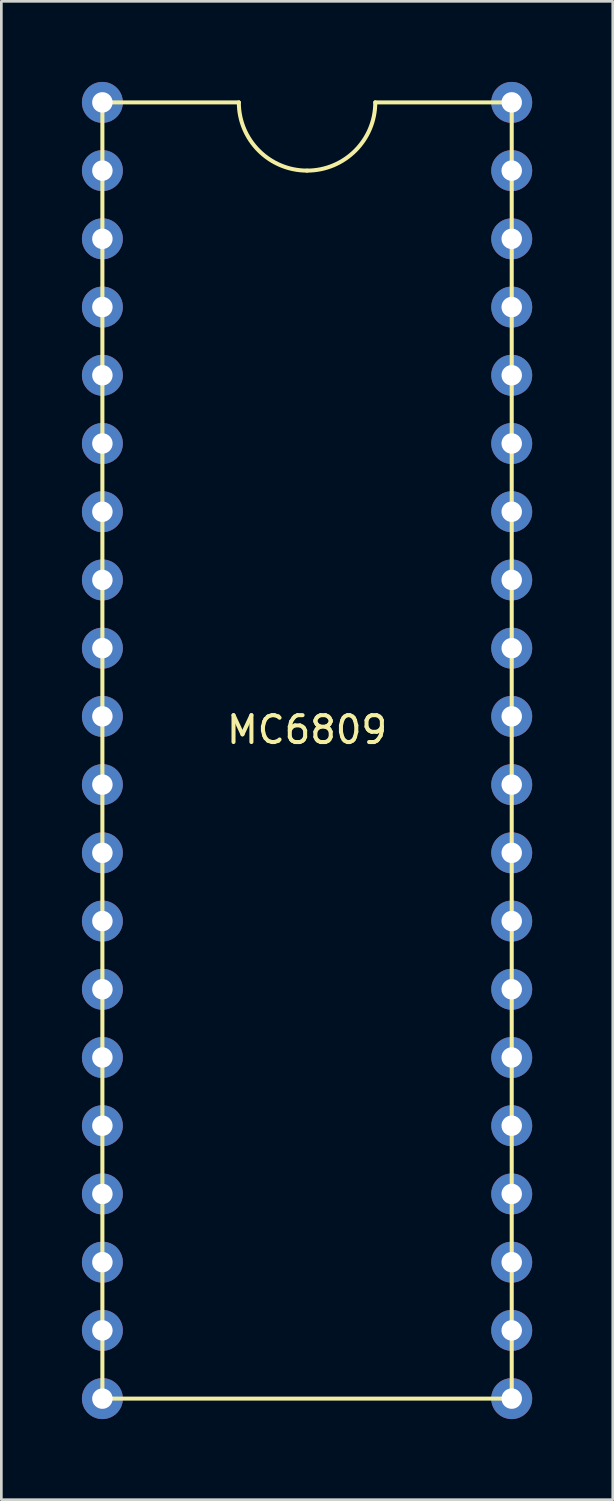
<source format=kicad_pcb>
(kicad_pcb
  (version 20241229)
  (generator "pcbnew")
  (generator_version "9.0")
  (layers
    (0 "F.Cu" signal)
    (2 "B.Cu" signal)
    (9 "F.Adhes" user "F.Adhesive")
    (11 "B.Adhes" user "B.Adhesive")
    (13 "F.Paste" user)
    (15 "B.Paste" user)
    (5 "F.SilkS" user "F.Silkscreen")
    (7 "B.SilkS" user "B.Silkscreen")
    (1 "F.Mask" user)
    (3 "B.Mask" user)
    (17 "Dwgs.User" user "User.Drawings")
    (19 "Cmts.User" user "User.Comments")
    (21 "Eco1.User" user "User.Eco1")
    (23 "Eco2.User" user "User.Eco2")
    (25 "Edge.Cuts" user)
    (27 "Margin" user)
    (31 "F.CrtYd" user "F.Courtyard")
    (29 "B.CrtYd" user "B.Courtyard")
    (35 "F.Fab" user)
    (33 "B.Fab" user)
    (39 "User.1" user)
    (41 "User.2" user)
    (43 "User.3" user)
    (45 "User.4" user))
  (footprint "MC6809"
    (layer "F.Cu")
    (at 8.382 23.622)
    (property "Reference" "MC6809" (at 0 0.5 0) (layer "F.SilkS") (effects (font (size 1 1) (thickness 0.15))))
    (attr through_hole)
    (fp_line (start -7.62 0) (end -7.62 -22.86) (stroke (width 0.15) (type solid)) (layer "F.SilkS"))
    (fp_line (start -7.62 2.54) (end -7.62 0) (stroke (width 0.15) (type solid)) (layer "F.SilkS"))
    (fp_line (start -7.62 25.4) (end -7.62 2.54) (stroke (width 0.15) (type solid)) (layer "F.SilkS"))
    (fp_line (start -2.54 -22.86) (end -7.62 -22.86) (stroke (width 0.15) (type solid)) (layer "F.SilkS"))
    (fp_line (start 2.54 -22.86) (end 7.62 -22.86) (stroke (width 0.15) (type solid)) (layer "F.SilkS"))
    (fp_line (start 7.62 -22.86) (end 7.62 0) (stroke (width 0.15) (type solid)) (layer "F.SilkS"))
    (fp_line (start 7.62 0) (end 7.62 25.4) (stroke (width 0.15) (type solid)) (layer "F.SilkS"))
    (fp_line (start 7.62 25.4) (end -7.62 25.4) (stroke (width 0.15) (type solid)) (layer "F.SilkS"))
    (fp_arc (start 0 -20.32) (mid -1.796051 -21.063949) (end -2.54 -22.86) (stroke (width 0.15) (type solid)) (layer "F.SilkS"))
    (fp_arc (start 2.54 -22.86) (mid 1.796051 -21.063949) (end 0 -20.32) (stroke (width 0.15) (type solid)) (layer "F.SilkS"))
    (pad "1" thru_hole circle (at -7.62 -22.86) (size 1.524 1.524) (drill 0.762) (layers "*.Cu" "*.Mask"))
    (pad "2" thru_hole circle (at -7.62 -20.32) (size 1.524 1.524) (drill 0.762) (layers "*.Cu" "*.Mask"))
    (pad "3" thru_hole circle (at -7.62 -17.78) (size 1.524 1.524) (drill 0.762) (layers "*.Cu" "*.Mask"))
    (pad "4" thru_hole circle (at -7.62 -15.24) (size 1.524 1.524) (drill 0.762) (layers "*.Cu" "*.Mask"))
    (pad "5" thru_hole circle (at -7.62 -12.7) (size 1.524 1.524) (drill 0.762) (layers "*.Cu" "*.Mask"))
    (pad "6" thru_hole circle (at -7.62 -10.16) (size 1.524 1.524) (drill 0.762) (layers "*.Cu" "*.Mask"))
    (pad "7" thru_hole circle (at -7.62 -7.62) (size 1.524 1.524) (drill 0.762) (layers "*.Cu" "*.Mask"))
    (pad "8" thru_hole circle (at -7.62 -5.08) (size 1.524 1.524) (drill 0.762) (layers "*.Cu" "*.Mask"))
    (pad "9" thru_hole circle (at -7.62 -2.54) (size 1.524 1.524) (drill 0.762) (layers "*.Cu" "*.Mask"))
    (pad "10" thru_hole circle (at -7.62 0) (size 1.524 1.524) (drill 0.762) (layers "*.Cu" "*.Mask"))
    (pad "11" thru_hole circle (at -7.62 2.54) (size 1.524 1.524) (drill 0.762) (layers "*.Cu" "*.Mask"))
    (pad "12" thru_hole circle (at -7.62 5.08) (size 1.524 1.524) (drill 0.762) (layers "*.Cu" "*.Mask"))
    (pad "13" thru_hole circle (at -7.62 7.62) (size 1.524 1.524) (drill 0.762) (layers "*.Cu" "*.Mask"))
    (pad "14" thru_hole circle (at -7.62 10.16) (size 1.524 1.524) (drill 0.762) (layers "*.Cu" "*.Mask"))
    (pad "15" thru_hole circle (at -7.62 12.7) (size 1.524 1.524) (drill 0.762) (layers "*.Cu" "*.Mask"))
    (pad "16" thru_hole circle (at -7.62 15.24) (size 1.524 1.524) (drill 0.762) (layers "*.Cu" "*.Mask"))
    (pad "17" thru_hole circle (at -7.62 17.78) (size 1.524 1.524) (drill 0.762) (layers "*.Cu" "*.Mask"))
    (pad "18" thru_hole circle (at -7.62 20.32) (size 1.524 1.524) (drill 0.762) (layers "*.Cu" "*.Mask"))
    (pad "19" thru_hole circle (at -7.62 22.86) (size 1.524 1.524) (drill 0.762) (layers "*.Cu" "*.Mask"))
    (pad "20" thru_hole circle (at -7.62 25.4) (size 1.524 1.524) (drill 0.762) (layers "*.Cu" "*.Mask"))
    (pad "21" thru_hole circle (at 7.62 25.4) (size 1.524 1.524) (drill 0.762) (layers "*.Cu" "*.Mask"))
    (pad "22" thru_hole circle (at 7.62 22.86) (size 1.524 1.524) (drill 0.762) (layers "*.Cu" "*.Mask"))
    (pad "23" thru_hole circle (at 7.62 20.32) (size 1.524 1.524) (drill 0.762) (layers "*.Cu" "*.Mask"))
    (pad "24" thru_hole circle (at 7.62 17.78) (size 1.524 1.524) (drill 0.762) (layers "*.Cu" "*.Mask"))
    (pad "25" thru_hole circle (at 7.62 15.24) (size 1.524 1.524) (drill 0.762) (layers "*.Cu" "*.Mask"))
    (pad "26" thru_hole circle (at 7.62 12.7) (size 1.524 1.524) (drill 0.762) (layers "*.Cu" "*.Mask"))
    (pad "27" thru_hole circle (at 7.62 10.16) (size 1.524 1.524) (drill 0.762) (layers "*.Cu" "*.Mask"))
    (pad "28" thru_hole circle (at 7.62 7.62) (size 1.524 1.524) (drill 0.762) (layers "*.Cu" "*.Mask"))
    (pad "29" thru_hole circle (at 7.62 5.08) (size 1.524 1.524) (drill 0.762) (layers "*.Cu" "*.Mask"))
    (pad "30" thru_hole circle (at 7.62 2.54) (size 1.524 1.524) (drill 0.762) (layers "*.Cu" "*.Mask"))
    (pad "31" thru_hole circle (at 7.62 0) (size 1.524 1.524) (drill 0.762) (layers "*.Cu" "*.Mask"))
    (pad "32" thru_hole circle (at 7.62 -2.54) (size 1.524 1.524) (drill 0.762) (layers "*.Cu" "*.Mask"))
    (pad "33" thru_hole circle (at 7.62 -5.08) (size 1.524 1.524) (drill 0.762) (layers "*.Cu" "*.Mask"))
    (pad "34" thru_hole circle (at 7.62 -7.62) (size 1.524 1.524) (drill 0.762) (layers "*.Cu" "*.Mask"))
    (pad "35" thru_hole circle (at 7.62 -10.16) (size 1.524 1.524) (drill 0.762) (layers "*.Cu" "*.Mask"))
    (pad "36" thru_hole circle (at 7.62 -12.7) (size 1.524 1.524) (drill 0.762) (layers "*.Cu" "*.Mask"))
    (pad "37" thru_hole circle (at 7.62 -15.24) (size 1.524 1.524) (drill 0.762) (layers "*.Cu" "*.Mask"))
    (pad "38" thru_hole circle (at 7.62 -17.78) (size 1.524 1.524) (drill 0.762) (layers "*.Cu" "*.Mask"))
    (pad "39" thru_hole circle (at 7.62 -20.32) (size 1.524 1.524) (drill 0.762) (layers "*.Cu" "*.Mask"))
    (pad "40" thru_hole circle (at 7.62 -22.86) (size 1.524 1.524) (drill 0.762) (layers "*.Cu" "*.Mask")))
  (gr_rect
    (start -3 -3)
    (end 19.764 52.784)
    (stroke (width 0.1) (type default))
    (fill no)
    (layer "Edge.Cuts")))
</source>
